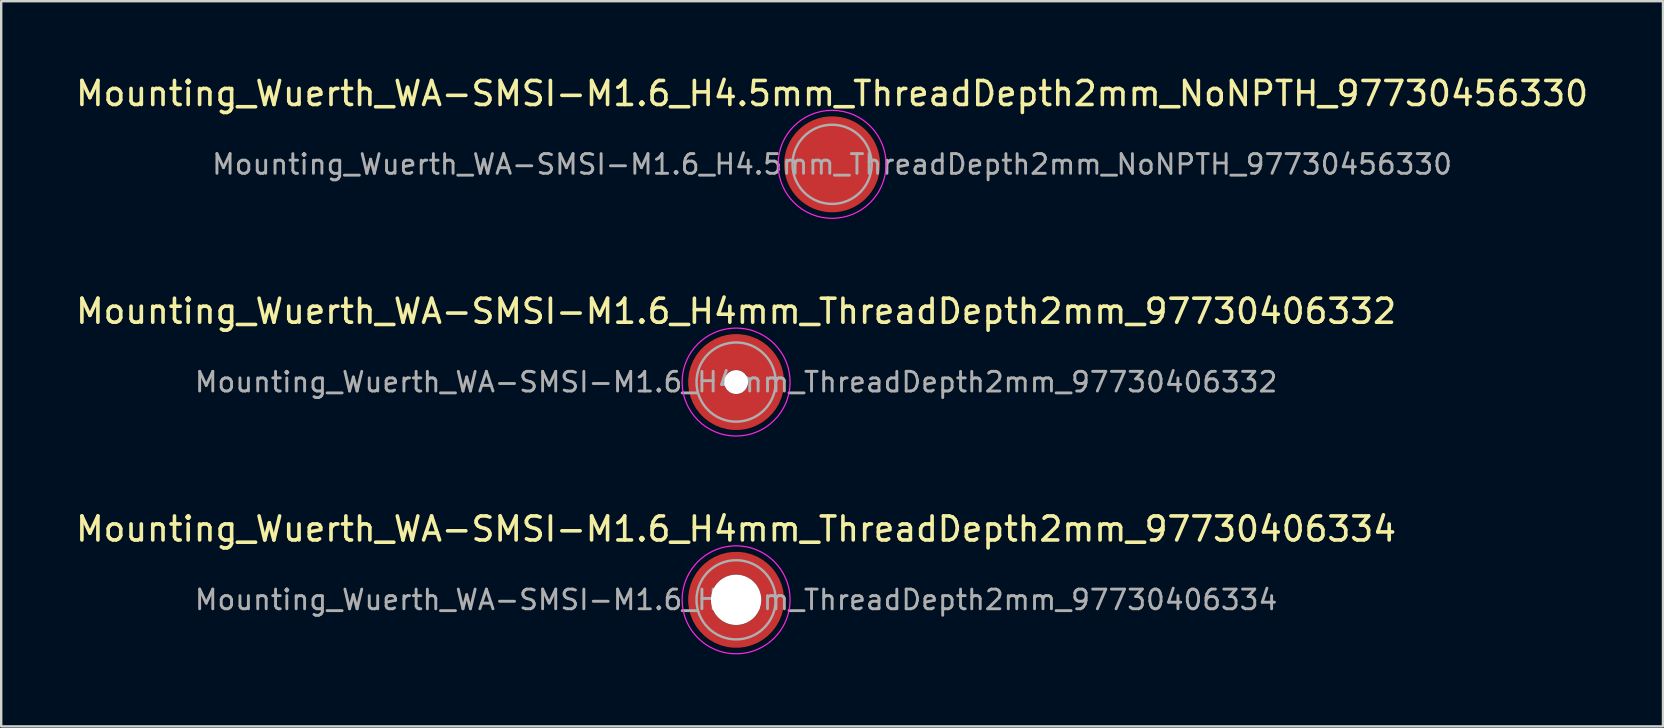
<source format=kicad_pcb>
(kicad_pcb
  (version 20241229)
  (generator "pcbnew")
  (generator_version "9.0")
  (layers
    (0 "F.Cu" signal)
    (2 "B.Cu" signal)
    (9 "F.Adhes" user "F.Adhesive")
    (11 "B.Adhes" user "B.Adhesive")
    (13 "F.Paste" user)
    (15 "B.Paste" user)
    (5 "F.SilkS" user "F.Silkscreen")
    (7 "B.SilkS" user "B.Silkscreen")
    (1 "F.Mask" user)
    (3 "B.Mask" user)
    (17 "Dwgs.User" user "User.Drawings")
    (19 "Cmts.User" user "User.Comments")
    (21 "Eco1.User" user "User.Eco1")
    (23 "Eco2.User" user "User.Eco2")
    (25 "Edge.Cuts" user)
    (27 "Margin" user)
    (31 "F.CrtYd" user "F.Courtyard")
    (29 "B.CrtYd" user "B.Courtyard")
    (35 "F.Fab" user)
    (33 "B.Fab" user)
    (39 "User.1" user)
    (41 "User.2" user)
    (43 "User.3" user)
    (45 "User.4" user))
  (footprint "Mounting_Wuerth_WA-SMSI-M1.6_H4.5mm_ThreadDepth2mm_NoNPTH_97730456330"
    (layer "F.Cu")
    (at 31.625 3.798)
    (property "Reference" "Mounting_Wuerth_WA-SMSI-M1.6_H4.5mm_ThreadDepth2mm_NoNPTH_97730456330" (at 0 -2.95 0) (layer "F.SilkS") (effects (font (size 1 1) (thickness 0.15))))
    (attr smd)
    (fp_circle (center 0 0) (end 2.25 0) (stroke (width 0.05) (type solid)) (fill no) (layer "F.CrtYd"))
    (fp_circle (center 0 0) (end 1.65 0) (stroke (width 0.1) (type solid)) (fill no) (layer "F.Fab"))
    (fp_text user "${REFERENCE}" (at 0 0 0) (layer "F.Fab") (effects (font (size 0.82 0.82) (thickness 0.12))))
    (pad "" smd custom (at -0.778 -0.778) (size 1.2 1.2) (layers "F.Paste") (options (anchor circle)) (primitives (gr_arc (start 0.465568 0.527817) (mid 0.494975 0.494974) (end 0.527818 0.465567) (width 0.2)) (gr_arc (start 0.344805 0.527817) (mid 0.424264 0.424264) (end 0.527818 0.344805) (width 0.2)) (gr_arc (start 0.232382 0.527817) (mid 0.353553 0.353553) (end 0.527817 0.232382) (width 0.2)) (gr_arc (start 0.123983 0.527817) (mid 0.282843 0.282842) (end 0.527818 0.123983) (width 0.2)) (gr_arc (start 0.017883 0.527817) (mid 0.212132 0.212132) (end 0.527817 0.017883) (width 0.2)) (gr_arc (start -0.086763 0.527817) (mid 0.141421 0.141421) (end 0.527817 -0.086763) (width 0.2)) (gr_arc (start -0.190428 0.527817) (mid 0.070711 0.070711) (end 0.527817 -0.190428) (width 0.2)) (gr_arc (start -0.293397 0.527817) (mid 0 0) (end 0.527817 -0.293397) (width 0.2)) (gr_arc (start -0.395852 0.527817) (mid -0.070711 -0.070711) (end 0.527817 -0.395852) (width 0.2)) (gr_arc (start -0.497918 0.527817) (mid -0.141422 -0.141422) (end 0.527817 -0.497918) (width 0.2)) (gr_arc (start -0.59968 0.527817) (mid -0.212132 -0.212132) (end 0.527817 -0.59968) (width 0.2)) (gr_arc (start -0.701202 0.527817) (mid -0.282843 -0.282843) (end 0.527817 -0.701202) (width 0.2)) (gr_arc (start -0.802531 0.527817) (mid -0.353554 -0.353554) (end 0.527817 -0.802531) (width 0.2)) (gr_arc (start -0.9037 0.527817) (mid -0.424264 -0.424264) (end 0.527817 -0.9037) (width 0.2)) (gr_arc (start -1.004737 0.527817) (mid -0.494975 -0.494975) (end 0.527817 -1.004737) (width 0.2)) (gr_line (start 0.528 0.466) (end 0.528 -1.005) (width 0.2)) (gr_line (start 0.466 0.528) (end -1.005 0.528) (width 0.2))))
    (pad "" smd custom (at -0.778 0.778) (size 1.2 1.2) (layers "F.Paste") (options (anchor circle)) (primitives (gr_arc (start 0.527817 -0.465568) (mid 0.494974 -0.494975) (end 0.465567 -0.527818) (width 0.2)) (gr_arc (start 0.527817 -0.344805) (mid 0.424264 -0.424264) (end 0.344805 -0.527818) (width 0.2)) (gr_arc (start 0.527817 -0.232382) (mid 0.353553 -0.353553) (end 0.232382 -0.527817) (width 0.2)) (gr_arc (start 0.527817 -0.123983) (mid 0.282842 -0.282843) (end 0.123983 -0.527818) (width 0.2)) (gr_arc (start 0.527817 -0.017883) (mid 0.212132 -0.212132) (end 0.017883 -0.527817) (width 0.2)) (gr_arc (start 0.527817 0.086763) (mid 0.141421 -0.141421) (end -0.086763 -0.527817) (width 0.2)) (gr_arc (start 0.527817 0.190428) (mid 0.070711 -0.070711) (end -0.190428 -0.527817) (width 0.2)) (gr_arc (start 0.527817 0.293397) (mid 0 0) (end -0.293397 -0.527817) (width 0.2)) (gr_arc (start 0.527817 0.395852) (mid -0.070711 0.070711) (end -0.395852 -0.527817) (width 0.2)) (gr_arc (start 0.527817 0.497918) (mid -0.141422 0.141422) (end -0.497918 -0.527817) (width 0.2)) (gr_arc (start 0.527817 0.59968) (mid -0.212132 0.212132) (end -0.59968 -0.527817) (width 0.2)) (gr_arc (start 0.527817 0.701202) (mid -0.282843 0.282843) (end -0.701202 -0.527817) (width 0.2)) (gr_arc (start 0.527817 0.802531) (mid -0.353554 0.353554) (end -0.802531 -0.527817) (width 0.2)) (gr_arc (start 0.527817 0.9037) (mid -0.424264 0.424264) (end -0.9037 -0.527817) (width 0.2)) (gr_arc (start 0.527817 1.004737) (mid -0.494975 0.494975) (end -1.004737 -0.527817) (width 0.2)) (gr_line (start 0.466 -0.528) (end -1.005 -0.528) (width 0.2)) (gr_line (start 0.528 -0.466) (end 0.528 1.005) (width 0.2))))
    (pad "" smd custom (at 0.778 -0.778) (size 1.2 1.2) (layers "F.Paste") (options (anchor circle)) (primitives (gr_arc (start -0.527817 0.465568) (mid -0.494974 0.494975) (end -0.465567 0.527818) (width 0.2)) (gr_arc (start -0.527817 0.344805) (mid -0.424264 0.424264) (end -0.344805 0.527818) (width 0.2)) (gr_arc (start -0.527817 0.232382) (mid -0.353553 0.353553) (end -0.232382 0.527817) (width 0.2)) (gr_arc (start -0.527817 0.123983) (mid -0.282842 0.282843) (end -0.123983 0.527818) (width 0.2)) (gr_arc (start -0.527817 0.017883) (mid -0.212132 0.212132) (end -0.017883 0.527817) (width 0.2)) (gr_arc (start -0.527817 -0.086763) (mid -0.141421 0.141421) (end 0.086763 0.527817) (width 0.2)) (gr_arc (start -0.527817 -0.190428) (mid -0.070711 0.070711) (end 0.190428 0.527817) (width 0.2)) (gr_arc (start -0.527817 -0.293397) (mid 0 0) (end 0.293397 0.527817) (width 0.2)) (gr_arc (start -0.527817 -0.395852) (mid 0.070711 -0.070711) (end 0.395852 0.527817) (width 0.2)) (gr_arc (start -0.527817 -0.497918) (mid 0.141422 -0.141422) (end 0.497918 0.527817) (width 0.2)) (gr_arc (start -0.527817 -0.59968) (mid 0.212132 -0.212132) (end 0.59968 0.527817) (width 0.2)) (gr_arc (start -0.527817 -0.701202) (mid 0.282843 -0.282843) (end 0.701202 0.527817) (width 0.2)) (gr_arc (start -0.527817 -0.802531) (mid 0.353554 -0.353554) (end 0.802531 0.527817) (width 0.2)) (gr_arc (start -0.527817 -0.9037) (mid 0.424264 -0.424264) (end 0.9037 0.527817) (width 0.2)) (gr_arc (start -0.527817 -1.004737) (mid 0.494975 -0.494975) (end 1.004737 0.527817) (width 0.2)) (gr_line (start -0.466 0.528) (end 1.005 0.528) (width 0.2)) (gr_line (start -0.528 0.466) (end -0.528 -1.005) (width 0.2))))
    (pad "" smd custom (at 0.778 0.778) (size 1.2 1.2) (layers "F.Paste") (options (anchor circle)) (primitives (gr_arc (start -0.465568 -0.527817) (mid -0.494975 -0.494974) (end -0.527818 -0.465567) (width 0.2)) (gr_arc (start -0.344805 -0.527817) (mid -0.424264 -0.424264) (end -0.527818 -0.344805) (width 0.2)) (gr_arc (start -0.232382 -0.527817) (mid -0.353553 -0.353553) (end -0.527817 -0.232382) (width 0.2)) (gr_arc (start -0.123983 -0.527817) (mid -0.282843 -0.282842) (end -0.527818 -0.123983) (width 0.2)) (gr_arc (start -0.017883 -0.527817) (mid -0.212132 -0.212132) (end -0.527817 -0.017883) (width 0.2)) (gr_arc (start 0.086763 -0.527817) (mid -0.141421 -0.141421) (end -0.527817 0.086763) (width 0.2)) (gr_arc (start 0.190428 -0.527817) (mid -0.070711 -0.070711) (end -0.527817 0.190428) (width 0.2)) (gr_arc (start 0.293397 -0.527817) (mid 0 0) (end -0.527817 0.293397) (width 0.2)) (gr_arc (start 0.395852 -0.527817) (mid 0.070711 0.070711) (end -0.527817 0.395852) (width 0.2)) (gr_arc (start 0.497918 -0.527817) (mid 0.141422 0.141422) (end -0.527817 0.497918) (width 0.2)) (gr_arc (start 0.59968 -0.527817) (mid 0.212132 0.212132) (end -0.527817 0.59968) (width 0.2)) (gr_arc (start 0.701202 -0.527817) (mid 0.282843 0.282843) (end -0.527817 0.701202) (width 0.2)) (gr_arc (start 0.802531 -0.527817) (mid 0.353554 0.353554) (end -0.527817 0.802531) (width 0.2)) (gr_arc (start 0.9037 -0.527817) (mid 0.424264 0.424264) (end -0.527817 0.9037) (width 0.2)) (gr_arc (start 1.004737 -0.527817) (mid 0.494975 0.494975) (end -0.527817 1.004737) (width 0.2)) (gr_line (start -0.528 -0.466) (end -0.528 1.005) (width 0.2)) (gr_line (start -0.466 -0.528) (end 1.005 -0.528) (width 0.2))))
    (pad "1" smd circle (at 0 0) (size 4 4) (layers "F.Cu" "F.Mask")))
  (footprint "Mounting_Wuerth_WA-SMSI-M1.6_H4mm_ThreadDepth2mm_97730406332"
    (layer "F.Cu")
    (at 27.625 12.871)
    (property "Reference" "Mounting_Wuerth_WA-SMSI-M1.6_H4mm_ThreadDepth2mm_97730406332" (at 0 -2.95 0) (layer "F.SilkS") (effects (font (size 1 1) (thickness 0.15))))
    (attr smd)
    (fp_circle (center 0 0) (end 2.25 0) (stroke (width 0.05) (type solid)) (fill no) (layer "F.CrtYd"))
    (fp_circle (center 0 0) (end 1.65 0) (stroke (width 0.1) (type solid)) (fill no) (layer "F.Fab"))
    (fp_text user "${REFERENCE}" (at 0 0 0) (layer "F.Fab") (effects (font (size 0.82 0.82) (thickness 0.12))))
    (pad "" smd custom (at 0 -1.25) (size 0.9 0.9) (layers "F.Paste") (options (anchor circle)) (primitives (gr_arc (start -0.259808 0.6) (mid 0 0.55) (end 0.259807 0.6) (width 0.2)) (gr_arc (start -0.466369 0.6) (mid 0 0.45) (end 0.466369 0.6) (width 0.2)) (gr_arc (start -0.622495 0.6) (mid 0 0.35) (end 0.622495 0.6) (width 0.2)) (gr_arc (start -0.759934 0.6) (mid 0 0.25) (end 0.759934 0.6) (width 0.2)) (gr_arc (start -0.887412 0.6) (mid 0 0.15) (end 0.887412 0.6) (width 0.2)) (gr_arc (start -1.008712 0.6) (mid 0 0.05) (end 1.008712 0.6) (width 0.2)) (gr_arc (start -1.125833 0.6) (mid 0 -0.05) (end 1.125833 0.6) (width 0.2)) (gr_arc (start -1.23996 0.6) (mid 0 -0.15) (end 1.23996 0.6) (width 0.2)) (gr_arc (start -1.351851 0.6) (mid 0 -0.25) (end 1.351851 0.6) (width 0.2)) (gr_arc (start -1.462019 0.6) (mid 0 -0.35) (end 1.462019 0.6) (width 0.2)) (gr_arc (start -1.570828 0.6) (mid 0 -0.45) (end 1.570828 0.6) (width 0.2)) (gr_arc (start -1.678541 0.6) (mid 0 -0.55) (end 1.678541 0.6) (width 0.2)) (gr_line (start 0.26 0.6) (end 1.679 0.6) (width 0.2)) (gr_line (start -0.26 0.6) (end -1.679 0.6) (width 0.2))))
    (pad "" np_thru_hole circle (at 0 0) (size 1 1) (drill 1) (layers "*.Cu" "*.Mask"))
    (pad "" smd custom (at 0 1.25) (size 0.9 0.9) (layers "F.Paste") (options (anchor circle)) (primitives (gr_arc (start 0.259808 -0.6) (mid 0 -0.55) (end -0.259807 -0.6) (width 0.2)) (gr_arc (start 0.466369 -0.6) (mid 0 -0.45) (end -0.466369 -0.6) (width 0.2)) (gr_arc (start 0.622495 -0.6) (mid 0 -0.35) (end -0.622495 -0.6) (width 0.2)) (gr_arc (start 0.759934 -0.6) (mid 0 -0.25) (end -0.759934 -0.6) (width 0.2)) (gr_arc (start 0.887412 -0.6) (mid 0 -0.15) (end -0.887412 -0.6) (width 0.2)) (gr_arc (start 1.008712 -0.6) (mid 0 -0.05) (end -1.008712 -0.6) (width 0.2)) (gr_arc (start 1.125833 -0.6) (mid 0 0.05) (end -1.125833 -0.6) (width 0.2)) (gr_arc (start 1.23996 -0.6) (mid 0 0.15) (end -1.23996 -0.6) (width 0.2)) (gr_arc (start 1.351851 -0.6) (mid 0 0.25) (end -1.351851 -0.6) (width 0.2)) (gr_arc (start 1.462019 -0.6) (mid 0 0.35) (end -1.462019 -0.6) (width 0.2)) (gr_arc (start 1.570828 -0.6) (mid 0 0.45) (end -1.570828 -0.6) (width 0.2)) (gr_arc (start 1.678541 -0.6) (mid 0 0.55) (end -1.678541 -0.6) (width 0.2)) (gr_line (start -0.26 -0.6) (end -1.679 -0.6) (width 0.2)) (gr_line (start 0.26 -0.6) (end 1.679 -0.6) (width 0.2))))
    (pad "1" smd circle (at -1.25 0) (size 1.1 1.1) (layers "F.Cu"))
    (pad "1" smd circle (at 0 -1.25) (size 1.1 1.1) (layers "F.Cu"))
    (pad "1" smd circle (at 0 1.25) (size 1.1 1.1) (layers "F.Cu"))
    (pad "1" smd custom (at 1.25 0) (size 1.1 1.1) (layers "F.Cu" "F.Mask") (options (anchor circle)) (primitives (gr_circle (center -1.25 0) (end 0 0) (width 1.5) (fill no)))))
  (footprint "Mounting_Wuerth_WA-SMSI-M1.6_H4mm_ThreadDepth2mm_97730406334"
    (layer "F.Cu")
    (at 27.625 21.945)
    (property "Reference" "Mounting_Wuerth_WA-SMSI-M1.6_H4mm_ThreadDepth2mm_97730406334" (at 0 -2.95 0) (layer "F.SilkS") (effects (font (size 1 1) (thickness 0.15))))
    (attr smd)
    (fp_circle (center 0 0) (end 2.25 0) (stroke (width 0.05) (type solid)) (fill no) (layer "F.CrtYd"))
    (fp_circle (center 0 0) (end 1.65 0) (stroke (width 0.1) (type solid)) (fill no) (layer "F.Fab"))
    (fp_text user "${REFERENCE}" (at 0 0 0) (layer "F.Fab") (effects (font (size 0.82 0.82) (thickness 0.12))))
    (pad "" smd custom (at -1.061 -1.061) (size 0.4 0.4) (layers "F.Paste") (options (anchor circle)) (primitives (gr_arc (start -0.101235 0.76066) (mid 0.212132 0.212132) (end 0.76066 -0.101235) (width 0.2)) (gr_arc (start -0.204251 0.76066) (mid 0.141421 0.141421) (end 0.76066 -0.204251) (width 0.2)) (gr_arc (start -0.306819 0.76066) (mid 0.070711 0.070711) (end 0.76066 -0.306819) (width 0.2)) (gr_arc (start -0.409034 0.76066) (mid 0 0) (end 0.76066 -0.409034) (width 0.2)) (gr_arc (start -0.510963 0.76066) (mid -0.070711 -0.070711) (end 0.76066 -0.510963) (width 0.2)) (gr_arc (start -0.61266 0.76066) (mid -0.141421 -0.141421) (end 0.76066 -0.61266) (width 0.2)) (gr_arc (start -0.714164 0.76066) (mid -0.212132 -0.212132) (end 0.76066 -0.714164) (width 0.2)) (gr_line (start 0.761 -0.101) (end 0.761 -0.714) (width 0.2)) (gr_line (start -0.101 0.761) (end -0.714 0.761) (width 0.2))))
    (pad "" smd custom (at -1.061 1.061) (size 0.4 0.4) (layers "F.Paste") (options (anchor circle)) (primitives (gr_arc (start 0.76066 0.101235) (mid 0.212132 -0.212132) (end -0.101235 -0.76066) (width 0.2)) (gr_arc (start 0.76066 0.204251) (mid 0.141421 -0.141421) (end -0.204251 -0.76066) (width 0.2)) (gr_arc (start 0.76066 0.306819) (mid 0.070711 -0.070711) (end -0.306819 -0.76066) (width 0.2)) (gr_arc (start 0.76066 0.409034) (mid 0 0) (end -0.409034 -0.76066) (width 0.2)) (gr_arc (start 0.76066 0.510963) (mid -0.070711 0.070711) (end -0.510963 -0.76066) (width 0.2)) (gr_arc (start 0.76066 0.61266) (mid -0.141421 0.141421) (end -0.61266 -0.76066) (width 0.2)) (gr_arc (start 0.76066 0.714164) (mid -0.212132 0.212132) (end -0.714164 -0.76066) (width 0.2)) (gr_line (start -0.101 -0.761) (end -0.714 -0.761) (width 0.2)) (gr_line (start 0.761 0.101) (end 0.761 0.714) (width 0.2))))
    (pad "" np_thru_hole circle (at 0 0) (size 2.1 2.1) (drill 2.1) (layers "*.Cu" "*.Mask"))
    (pad "" smd custom (at 1.061 -1.061) (size 0.4 0.4) (layers "F.Paste") (options (anchor circle)) (primitives (gr_arc (start -0.76066 -0.101235) (mid -0.212132 0.212132) (end 0.101235 0.76066) (width 0.2)) (gr_arc (start -0.76066 -0.204251) (mid -0.141421 0.141421) (end 0.204251 0.76066) (width 0.2)) (gr_arc (start -0.76066 -0.306819) (mid -0.070711 0.070711) (end 0.306819 0.76066) (width 0.2)) (gr_arc (start -0.76066 -0.409034) (mid 0 0) (end 0.409034 0.76066) (width 0.2)) (gr_arc (start -0.76066 -0.510963) (mid 0.070711 -0.070711) (end 0.510963 0.76066) (width 0.2)) (gr_arc (start -0.76066 -0.61266) (mid 0.141421 -0.141421) (end 0.61266 0.76066) (width 0.2)) (gr_arc (start -0.76066 -0.714164) (mid 0.212132 -0.212132) (end 0.714164 0.76066) (width 0.2)) (gr_line (start 0.101 0.761) (end 0.714 0.761) (width 0.2)) (gr_line (start -0.761 -0.101) (end -0.761 -0.714) (width 0.2))))
    (pad "" smd custom (at 1.061 1.061) (size 0.4 0.4) (layers "F.Paste") (options (anchor circle)) (primitives (gr_arc (start 0.101235 -0.76066) (mid -0.212132 -0.212132) (end -0.76066 0.101235) (width 0.2)) (gr_arc (start 0.204251 -0.76066) (mid -0.141421 -0.141421) (end -0.76066 0.204251) (width 0.2)) (gr_arc (start 0.306819 -0.76066) (mid -0.070711 -0.070711) (end -0.76066 0.306819) (width 0.2)) (gr_arc (start 0.409034 -0.76066) (mid 0 0) (end -0.76066 0.409034) (width 0.2)) (gr_arc (start 0.510963 -0.76066) (mid 0.070711 0.070711) (end -0.76066 0.510963) (width 0.2)) (gr_arc (start 0.61266 -0.76066) (mid 0.141421 0.141421) (end -0.76066 0.61266) (width 0.2)) (gr_arc (start 0.714164 -0.76066) (mid 0.212132 0.212132) (end -0.76066 0.714164) (width 0.2)) (gr_line (start -0.761 0.101) (end -0.761 0.714) (width 0.2)) (gr_line (start 0.101 -0.761) (end 0.714 -0.761) (width 0.2))))
    (pad "1" smd circle (at -1.525 0) (size 0.55 0.55) (layers "F.Cu"))
    (pad "1" smd circle (at 0 -1.525) (size 0.55 0.55) (layers "F.Cu"))
    (pad "1" smd circle (at 0 1.525) (size 0.55 0.55) (layers "F.Cu"))
    (pad "1" smd custom (at 1.525 0) (size 0.55 0.55) (layers "F.Cu" "F.Mask") (options (anchor circle)) (primitives (gr_circle (center -1.525 0) (end 0 0) (width 0.95) (fill no)))))
  (gr_rect
    (start -3 -3)
    (end 66.25 27.22)
    (stroke (width 0.1) (type default))
    (fill no)
    (layer "Edge.Cuts")))
</source>
